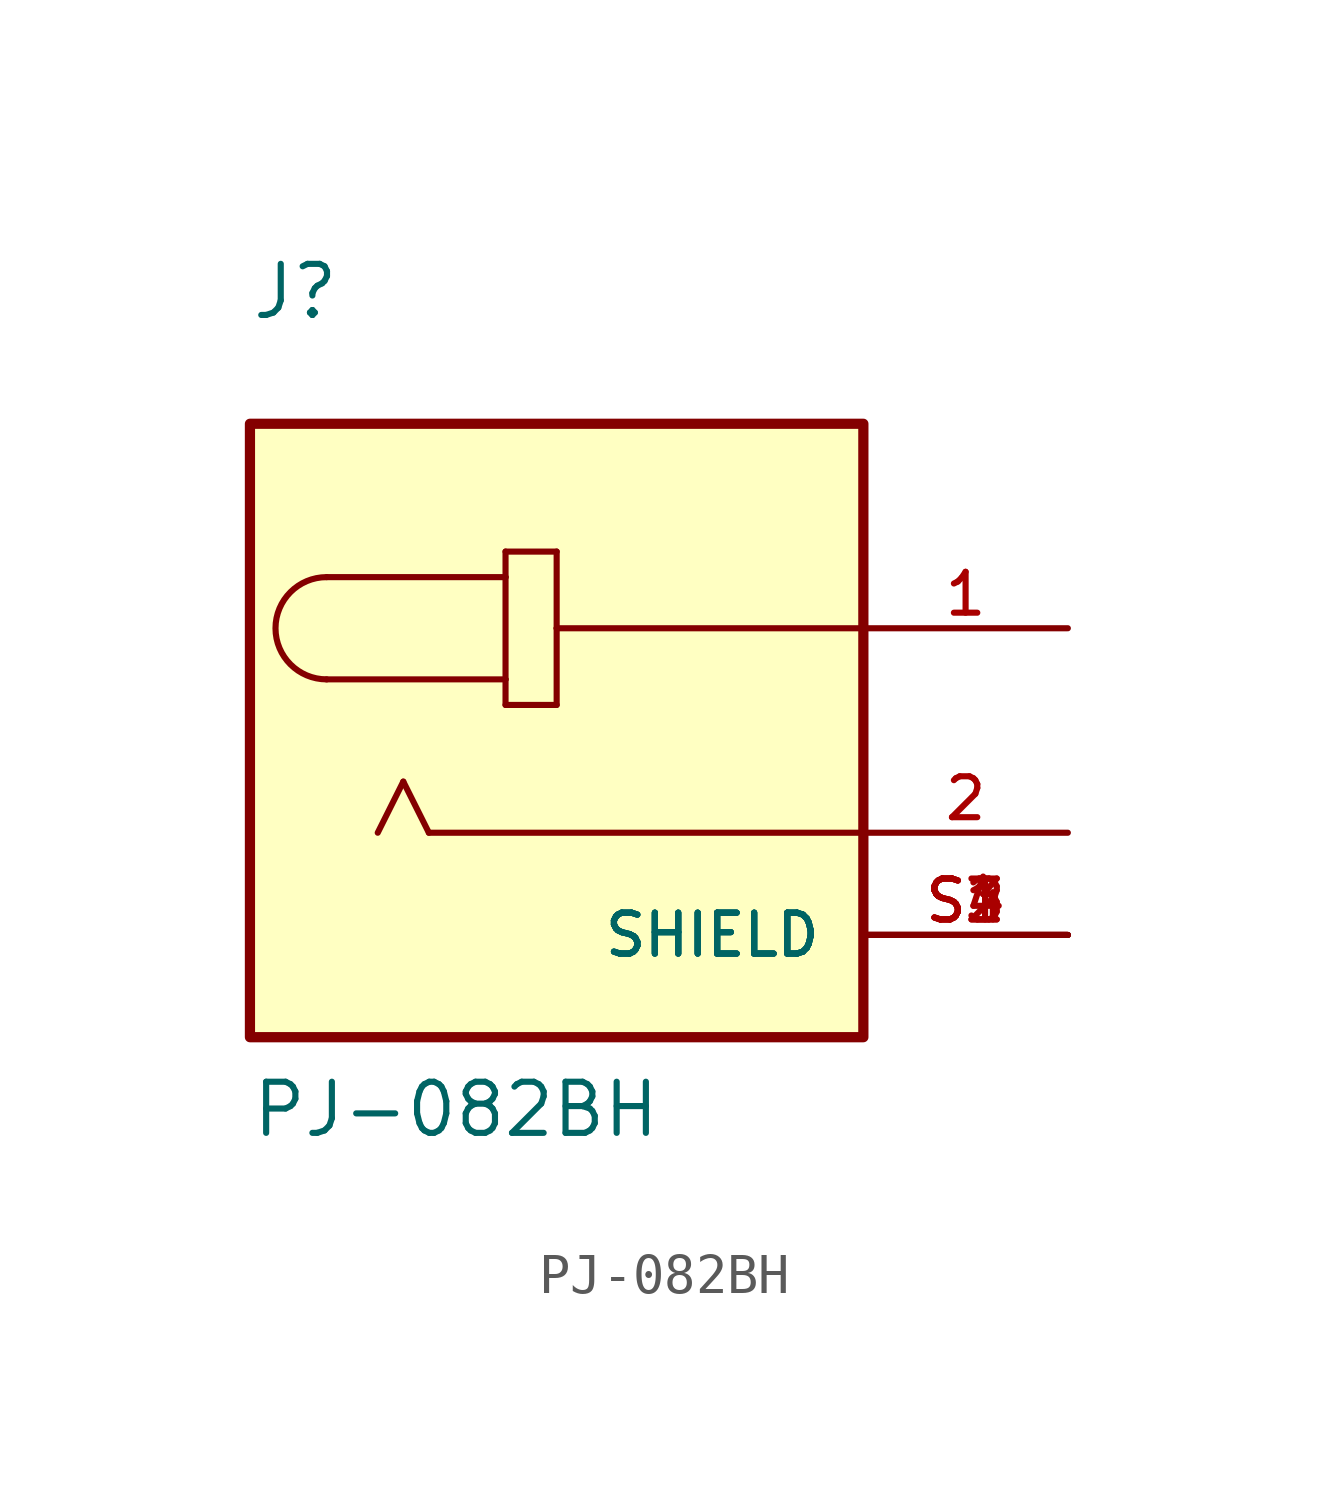
<source format=kicad_sym>
(kicad_symbol_lib
  (version 20211014)
  (generator kicad_symbol_editor)
  (symbol "PJ-082BH"
    (pin_names
      (offset 1.016))
    (property "Reference" "J"
      (at -7.62 10.16 0)
      (effects (font (size 1.27 1.27)) (justify left bottom)))
    (property "Value" "PJ-082BH"
      (at -7.62 -10.16 0)
      (effects (font (size 1.27 1.27)) (justify left bottom)))
    (symbol "PJ-082BH_0_0"
      (rectangle (start -7.62 -7.62) (end 7.62 7.62) (stroke (width 0.254) (type default) (color 0 0 0 0)) (fill (type background)))
      (arc (start -5.715 3.81) (mid -6.985 2.54) (end -5.715 1.27) (stroke (width 0.1524) (type default) (color 0 0 0 0)) (fill (type none)))
      (polyline (pts (xy -5.715 3.81) (xy -1.27 3.81)) (stroke (width 0.152) (type default) (color 0 0 0 0)) (fill (type none)))
      (polyline (pts (xy -3.81 -1.27) (xy -4.445 -2.54)) (stroke (width 0.152) (type default) (color 0 0 0 0)) (fill (type none)))
      (polyline (pts (xy -3.175 -2.54) (xy -3.81 -1.27)) (stroke (width 0.152) (type default) (color 0 0 0 0)) (fill (type none)))
      (polyline (pts (xy -1.27 0.635) (xy 0 0.635)) (stroke (width 0.152) (type default) (color 0 0 0 0)) (fill (type none)))
      (polyline (pts (xy -1.27 1.27) (xy -5.715 1.27)) (stroke (width 0.152) (type default) (color 0 0 0 0)) (fill (type none)))
      (polyline (pts (xy -1.27 1.27) (xy -1.27 0.635)) (stroke (width 0.152) (type default) (color 0 0 0 0)) (fill (type none)))
      (polyline (pts (xy -1.27 3.81) (xy -1.27 1.27)) (stroke (width 0.152) (type default) (color 0 0 0 0)) (fill (type none)))
      (polyline (pts (xy -1.27 4.445) (xy -1.27 3.81)) (stroke (width 0.152) (type default) (color 0 0 0 0)) (fill (type none)))
      (polyline (pts (xy 0 0.635) (xy 0 2.54)) (stroke (width 0.152) (type default) (color 0 0 0 0)) (fill (type none)))
      (polyline (pts (xy 0 2.54) (xy 0 4.445)) (stroke (width 0.152) (type default) (color 0 0 0 0)) (fill (type none)))
      (polyline (pts (xy 0 2.54) (xy 7.62 2.54)) (stroke (width 0.152) (type default) (color 0 0 0 0)) (fill (type none)))
      (polyline (pts (xy 0 4.445) (xy -1.27 4.445)) (stroke (width 0.152) (type default) (color 0 0 0 0)) (fill (type none)))
      (polyline (pts (xy 7.62 -2.54) (xy -3.175 -2.54)) (stroke (width 0.152) (type default) (color 0 0 0 0)) (fill (type none)))
      (pin passive line (at 12.7 2.54 180) (length 5.08) (name "~" (effects (font (size 1.016 1.016)))) (number "1" (effects (font (size 1.016 1.016)))))
      (pin passive line (at 12.7 -2.54 180) (length 5.08) (name "~" (effects (font (size 1.016 1.016)))) (number "2" (effects (font (size 1.016 1.016)))))
      (pin passive line (at 12.7 -5.08 180) (length 5.08) (name "SHIELD" (effects (font (size 1.016 1.016)))) (number "S1" (effects (font (size 1.016 1.016)))))
      (pin passive line (at 12.7 -5.08 180) (length 5.08) (name "SHIELD" (effects (font (size 1.016 1.016)))) (number "S2" (effects (font (size 1.016 1.016)))))
      (pin passive line (at 12.7 -5.08 180) (length 5.08) (name "SHIELD" (effects (font (size 1.016 1.016)))) (number "S3" (effects (font (size 1.016 1.016)))))
      (pin passive line (at 12.7 -5.08 180) (length 5.08) (name "SHIELD" (effects (font (size 1.016 1.016)))) (number "S4" (effects (font (size 1.016 1.016))))))))
</source>
